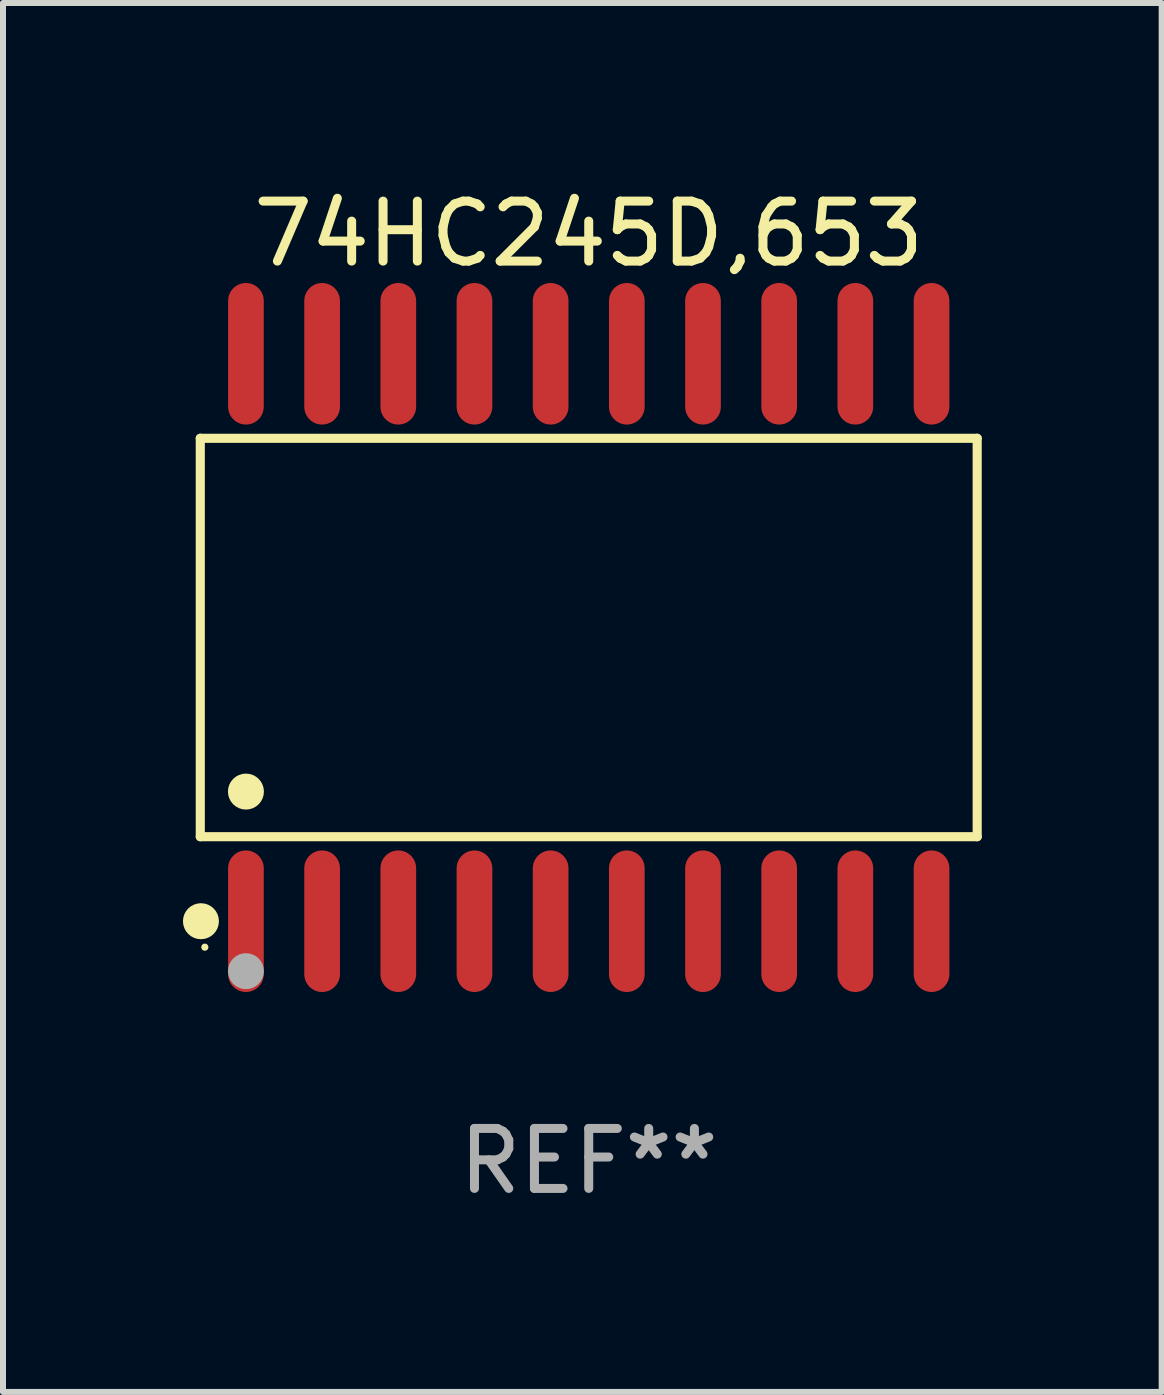
<source format=kicad_pcb>
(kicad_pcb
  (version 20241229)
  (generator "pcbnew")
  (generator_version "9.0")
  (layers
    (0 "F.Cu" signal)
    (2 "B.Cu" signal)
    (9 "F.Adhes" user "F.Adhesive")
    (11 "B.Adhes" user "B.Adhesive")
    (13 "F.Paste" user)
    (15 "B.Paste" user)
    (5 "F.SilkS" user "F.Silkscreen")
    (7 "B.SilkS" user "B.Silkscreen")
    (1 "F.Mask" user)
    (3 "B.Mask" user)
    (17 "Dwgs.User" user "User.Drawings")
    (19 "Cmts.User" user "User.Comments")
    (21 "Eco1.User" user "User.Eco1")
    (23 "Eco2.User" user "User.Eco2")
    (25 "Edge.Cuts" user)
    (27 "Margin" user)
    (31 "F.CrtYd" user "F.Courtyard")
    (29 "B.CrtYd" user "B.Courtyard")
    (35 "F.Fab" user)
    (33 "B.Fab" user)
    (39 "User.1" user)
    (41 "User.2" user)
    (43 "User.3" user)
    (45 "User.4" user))
  (footprint "74HC245D,653"
    (layer "F.Cu")
    (at 6.765 7.578)
    (property "Reference" "74HC245D,653" (at 0 -6.73 0) (layer "F.SilkS") (effects (font (size 1 1) (thickness 0.15))))
    (attr through_hole)
    (fp_line (start -6.476 -3.321) (end 6.476 -3.321) (stroke (width 0.152) (type solid)) (layer "F.SilkS"))
    (fp_line (start -6.476 3.321) (end -6.476 -3.321) (stroke (width 0.152) (type solid)) (layer "F.SilkS"))
    (fp_line (start 6.476 -3.321) (end 6.476 3.321) (stroke (width 0.152) (type solid)) (layer "F.SilkS"))
    (fp_line (start 6.476 3.321) (end -6.476 3.321) (stroke (width 0.152) (type solid)) (layer "F.SilkS"))
    (fp_circle (center -6.465 4.73) (end -6.315 4.73) (stroke (width 0.3) (type solid)) (fill no) (layer "F.SilkS"))
    (fp_circle (center -6.4 5.163) (end -6.37 5.163) (stroke (width 0.06) (type solid)) (fill no) (layer "F.SilkS"))
    (fp_circle (center -5.715 2.569) (end -5.565 2.569) (stroke (width 0.3) (type solid)) (fill no) (layer "F.SilkS"))
    (fp_circle (center -5.715 5.563) (end -5.565 5.563) (stroke (width 0.3) (type solid)) (fill no) (layer "F.Fab"))
    (fp_text user "REF**" (at 0 8.73 0) (layer "F.Fab") (effects (font (size 1 1) (thickness 0.15))))
    (pad "1" smd oval (at -5.715 4.73) (size 0.595 2.36) (layers "F.Cu" "F.Mask" "F.Paste"))
    (pad "2" smd oval (at -4.445 4.73) (size 0.595 2.36) (layers "F.Cu" "F.Mask" "F.Paste"))
    (pad "3" smd oval (at -3.175 4.73) (size 0.595 2.36) (layers "F.Cu" "F.Mask" "F.Paste"))
    (pad "4" smd oval (at -1.905 4.73) (size 0.595 2.36) (layers "F.Cu" "F.Mask" "F.Paste"))
    (pad "5" smd oval (at -0.635 4.73) (size 0.595 2.36) (layers "F.Cu" "F.Mask" "F.Paste"))
    (pad "6" smd oval (at 0.635 4.73) (size 0.595 2.36) (layers "F.Cu" "F.Mask" "F.Paste"))
    (pad "7" smd oval (at 1.905 4.73) (size 0.595 2.36) (layers "F.Cu" "F.Mask" "F.Paste"))
    (pad "8" smd oval (at 3.175 4.73) (size 0.595 2.36) (layers "F.Cu" "F.Mask" "F.Paste"))
    (pad "9" smd oval (at 4.445 4.73) (size 0.595 2.36) (layers "F.Cu" "F.Mask" "F.Paste"))
    (pad "10" smd oval (at 5.715 4.73) (size 0.595 2.36) (layers "F.Cu" "F.Mask" "F.Paste"))
    (pad "11" smd oval (at 5.715 -4.73) (size 0.595 2.36) (layers "F.Cu" "F.Mask" "F.Paste"))
    (pad "12" smd oval (at 4.445 -4.73) (size 0.595 2.36) (layers "F.Cu" "F.Mask" "F.Paste"))
    (pad "13" smd oval (at 3.175 -4.73) (size 0.595 2.36) (layers "F.Cu" "F.Mask" "F.Paste"))
    (pad "14" smd oval (at 1.905 -4.73) (size 0.595 2.36) (layers "F.Cu" "F.Mask" "F.Paste"))
    (pad "15" smd oval (at 0.635 -4.73) (size 0.595 2.36) (layers "F.Cu" "F.Mask" "F.Paste"))
    (pad "16" smd oval (at -0.635 -4.73) (size 0.595 2.36) (layers "F.Cu" "F.Mask" "F.Paste"))
    (pad "17" smd oval (at -1.905 -4.73) (size 0.595 2.36) (layers "F.Cu" "F.Mask" "F.Paste"))
    (pad "18" smd oval (at -3.175 -4.73) (size 0.595 2.36) (layers "F.Cu" "F.Mask" "F.Paste"))
    (pad "19" smd oval (at -4.445 -4.73) (size 0.595 2.36) (layers "F.Cu" "F.Mask" "F.Paste"))
    (pad "20" smd oval (at -5.715 -4.73) (size 0.595 2.36) (layers "F.Cu" "F.Mask" "F.Paste")))
  (gr_rect
    (start -3 -3)
    (end 16.317 20.156)
    (stroke (width 0.1) (type default))
    (fill no)
    (layer "Edge.Cuts")))
</source>
